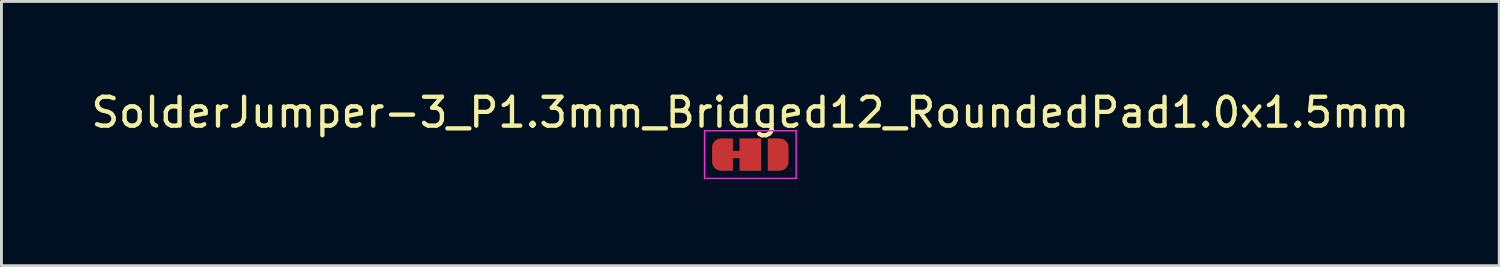
<source format=kicad_pcb>
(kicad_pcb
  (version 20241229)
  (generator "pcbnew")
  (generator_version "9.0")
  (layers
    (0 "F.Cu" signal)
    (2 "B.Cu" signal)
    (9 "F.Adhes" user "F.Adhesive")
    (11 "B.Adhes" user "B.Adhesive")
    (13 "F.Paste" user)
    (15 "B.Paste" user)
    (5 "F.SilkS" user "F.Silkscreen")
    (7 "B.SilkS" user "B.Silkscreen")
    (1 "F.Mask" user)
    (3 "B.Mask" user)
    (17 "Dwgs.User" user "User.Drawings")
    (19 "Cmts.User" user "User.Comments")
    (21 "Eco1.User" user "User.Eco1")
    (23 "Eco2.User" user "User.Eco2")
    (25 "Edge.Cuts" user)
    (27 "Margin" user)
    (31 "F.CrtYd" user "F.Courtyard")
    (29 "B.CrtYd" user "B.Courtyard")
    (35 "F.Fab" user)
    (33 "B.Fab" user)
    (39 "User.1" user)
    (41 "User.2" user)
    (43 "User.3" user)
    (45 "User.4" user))
  (footprint "SolderJumper-3_P1.3mm_Bridged12_RoundedPad1.0x1.5mm"
    (layer "F.Cu")
    (at 22.958 2.309)
    (property "Reference" "SolderJumper-3_P1.3mm_Bridged12_RoundedPad1.0x1.5mm" (at 0 -1.46 0) (layer "F.SilkS") (effects (font (size 1 1) (thickness 0.15))))
    (attr exclude_from_pos_files exclude_from_bom)
    (fp_poly (pts (xy -0.758 -0.127) (xy -0.258 -0.127) (xy -0.254 0.127) (xy -0.754 0.127)) (stroke (width 0) (type solid)) (fill yes) (layer "F.Cu"))
    (fp_poly (pts (xy -0.758 -0.127) (xy -0.258 -0.127) (xy -0.254 0.127) (xy -0.754 0.127)) (stroke (width 0) (type solid)) (fill yes) (layer "F.Mask"))
    (fp_line (start -1.587 -0.826) (end -1.587 0.826) (stroke (width 0.05) (type solid)) (layer "F.CrtYd"))
    (fp_line (start -1.587 -0.826) (end 1.587 -0.826) (stroke (width 0.05) (type solid)) (layer "F.CrtYd"))
    (fp_line (start 1.587 0.826) (end -1.587 0.826) (stroke (width 0.05) (type solid)) (layer "F.CrtYd"))
    (fp_line (start 1.587 0.826) (end 1.587 -0.826) (stroke (width 0.05) (type solid)) (layer "F.CrtYd"))
    (pad "1" smd custom (at -1.016 0 180) (size 0.62 0.375) (layers "F.Cu" "F.Mask") (options (anchor rect)) (primitives (gr_circle (center 0 0.25) (end 0.31 0.25) (width 0) (fill yes)) (gr_circle (center 0 -0.25) (end 0.31 -0.25) (width 0) (fill yes)) (gr_poly (pts (xy -0.412 -0.562) (xy 0 -0.562) (xy 0 0.562) (xy -0.412 0.562)) (width 0) (fill yes))))
    (pad "2" smd rect (at 0 0) (size 0.75 1.125) (layers "F.Cu" "F.Mask"))
    (pad "3" smd custom (at 1.016 0) (size 0.62 0.375) (layers "F.Cu" "F.Mask") (options (anchor rect)) (primitives (gr_circle (center 0 0.25) (end 0.31 0.25) (width 0) (fill yes)) (gr_circle (center 0 -0.25) (end 0.31 -0.25) (width 0) (fill yes)) (gr_poly (pts (xy -0.412 -0.562) (xy 0 -0.562) (xy 0 0.562) (xy -0.412 0.562)) (width 0) (fill yes)))))
  (gr_rect
    (start -3 -3)
    (end 48.917 6.159)
    (stroke (width 0.1) (type default))
    (fill no)
    (layer "Edge.Cuts")))
</source>
